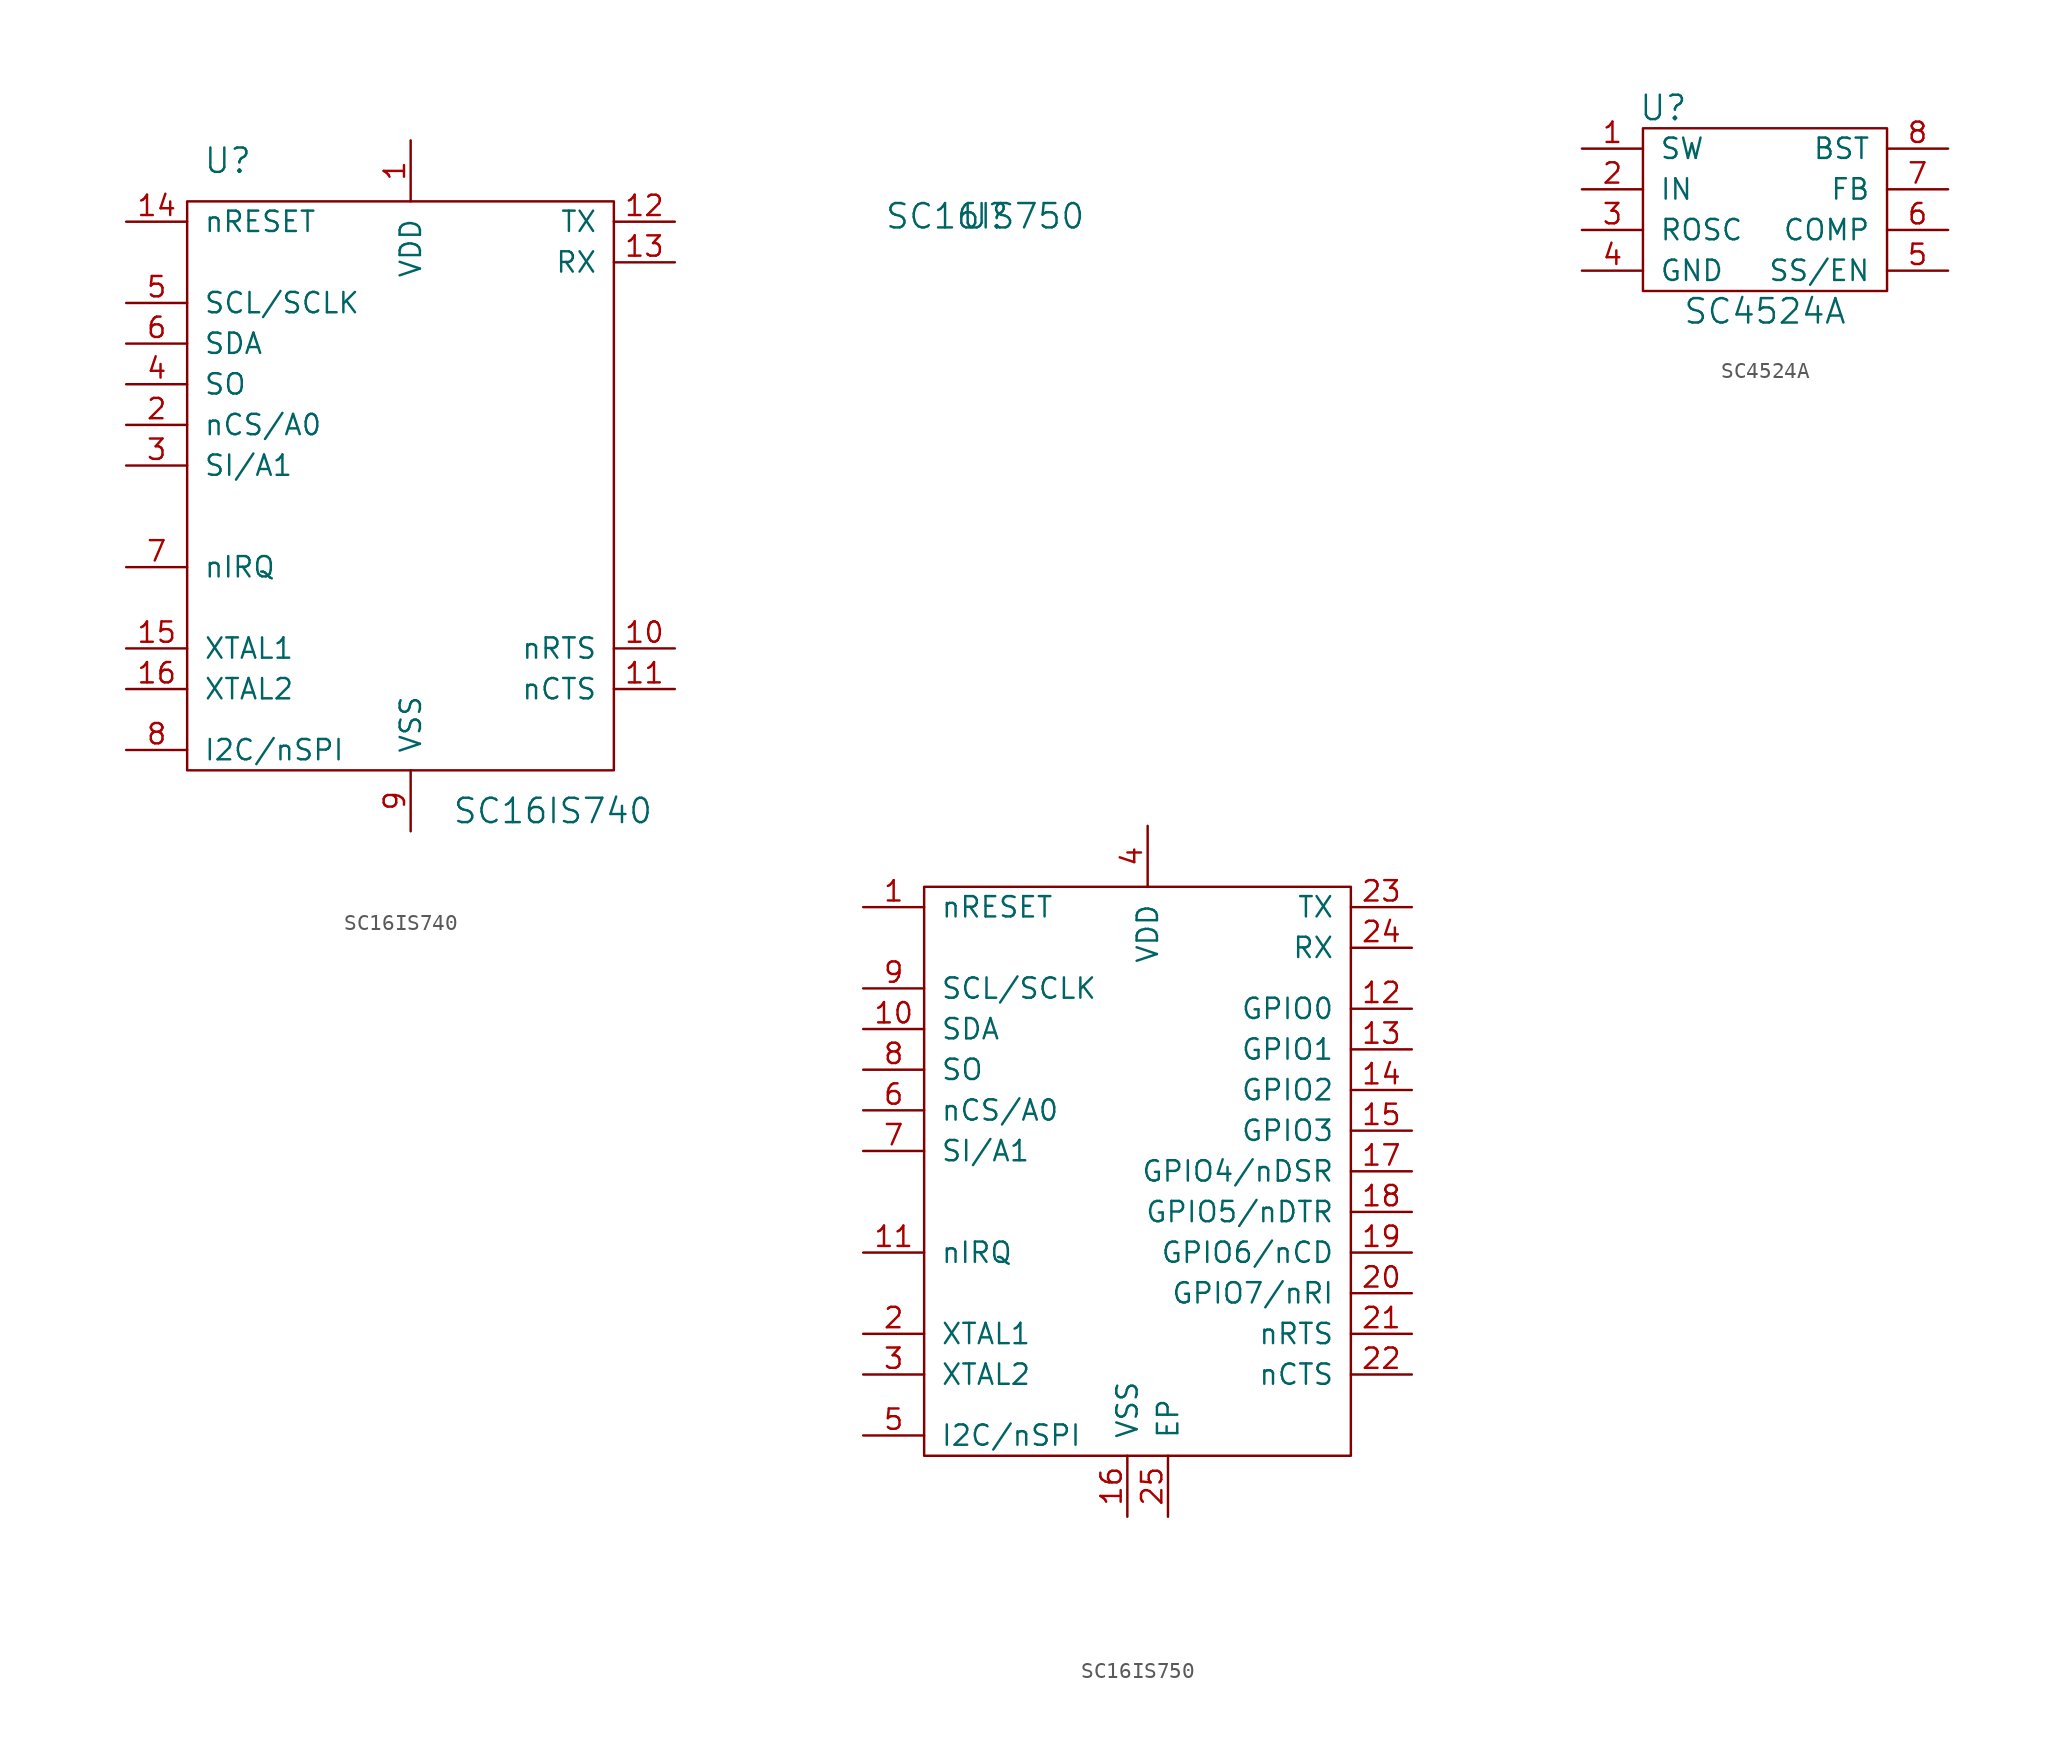
<source format=kicad_sym>
(kicad_symbol_lib
  (version 20210619)
  (generator kicad_symbol_editor)
  (symbol "tinkerforge:SC16IS740"
    (pin_names
      (offset 1.016))
    (property "Reference" "U"
      (at -11.43 21.59 0)
      (effects (font (size 1.524 1.524))))
    (property "Value" "SC16IS740"
      (at 8.89 -19.05 0)
      (effects (font (size 1.524 1.524))))
    (property "Footprint" ""
      (at 0 0 0)
      (effects (font (size 1.524 1.524))))
    (property "Datasheet" ""
      (at 0 0 0)
      (effects (font (size 1.524 1.524))))
    (symbol "SC16IS740_0_1"
      (rectangle (start -13.97 19.05) (end 12.7 -16.51) (stroke (width 0)) (fill (type none))))
    (symbol "SC16IS740_1_1"
      (pin passive line (at 0 22.86 270) (length 3.81) (name "VDD" (effects (font (size 1.27 1.27)))) (number "1" (effects (font (size 1.27 1.27)))))
      (pin passive line (at 16.51 -8.89 180) (length 3.81) (name "nRTS" (effects (font (size 1.27 1.27)))) (number "10" (effects (font (size 1.27 1.27)))))
      (pin passive line (at 16.51 -11.43 180) (length 3.81) (name "nCTS" (effects (font (size 1.27 1.27)))) (number "11" (effects (font (size 1.27 1.27)))))
      (pin passive line (at 16.51 17.78 180) (length 3.81) (name "TX" (effects (font (size 1.27 1.27)))) (number "12" (effects (font (size 1.27 1.27)))))
      (pin passive line (at 16.51 15.24 180) (length 3.81) (name "RX" (effects (font (size 1.27 1.27)))) (number "13" (effects (font (size 1.27 1.27)))))
      (pin passive line (at -17.78 17.78 0) (length 3.81) (name "nRESET" (effects (font (size 1.27 1.27)))) (number "14" (effects (font (size 1.27 1.27)))))
      (pin passive line (at -17.78 -8.89 0) (length 3.81) (name "XTAL1" (effects (font (size 1.27 1.27)))) (number "15" (effects (font (size 1.27 1.27)))))
      (pin passive line (at -17.78 -11.43 0) (length 3.81) (name "XTAL2" (effects (font (size 1.27 1.27)))) (number "16" (effects (font (size 1.27 1.27)))))
      (pin passive line (at -17.78 5.08 0) (length 3.81) (name "nCS/A0" (effects (font (size 1.27 1.27)))) (number "2" (effects (font (size 1.27 1.27)))))
      (pin passive line (at -17.78 2.54 0) (length 3.81) (name "SI/A1" (effects (font (size 1.27 1.27)))) (number "3" (effects (font (size 1.27 1.27)))))
      (pin passive line (at -17.78 7.62 0) (length 3.81) (name "SO" (effects (font (size 1.27 1.27)))) (number "4" (effects (font (size 1.27 1.27)))))
      (pin passive line (at -17.78 12.7 0) (length 3.81) (name "SCL/SCLK" (effects (font (size 1.27 1.27)))) (number "5" (effects (font (size 1.27 1.27)))))
      (pin passive line (at -17.78 10.16 0) (length 3.81) (name "SDA" (effects (font (size 1.27 1.27)))) (number "6" (effects (font (size 1.27 1.27)))))
      (pin passive line (at -17.78 -3.81 0) (length 3.81) (name "nIRQ" (effects (font (size 1.27 1.27)))) (number "7" (effects (font (size 1.27 1.27)))))
      (pin passive line (at -17.78 -15.24 0) (length 3.81) (name "I2C/nSPI" (effects (font (size 1.27 1.27)))) (number "8" (effects (font (size 1.27 1.27)))))
      (pin passive line (at 0 -20.32 90) (length 3.81) (name "VSS" (effects (font (size 1.27 1.27)))) (number "9" (effects (font (size 1.27 1.27)))))))
  (symbol "tinkerforge:SC16IS750"
    (pin_names
      (offset 1.016))
    (property "Reference" "U"
      (at -10.16 60.96 0)
      (effects (font (size 1.524 1.524))))
    (property "Value" "SC16IS750"
      (at -10.16 60.96 0)
      (effects (font (size 1.524 1.524))))
    (property "Footprint" ""
      (at 0 0 0)
      (effects (font (size 1.524 1.524))))
    (property "Datasheet" ""
      (at 0 0 0)
      (effects (font (size 1.524 1.524))))
    (symbol "SC16IS750_0_1"
      (rectangle (start -13.97 19.05) (end 12.7 -16.51) (stroke (width 0)) (fill (type none))))
    (symbol "SC16IS750_1_1"
      (pin passive line (at -17.78 17.78 0) (length 3.81) (name "nRESET" (effects (font (size 1.27 1.27)))) (number "1" (effects (font (size 1.27 1.27)))))
      (pin passive line (at -17.78 10.16 0) (length 3.81) (name "SDA" (effects (font (size 1.27 1.27)))) (number "10" (effects (font (size 1.27 1.27)))))
      (pin passive line (at -17.78 -3.81 0) (length 3.81) (name "nIRQ" (effects (font (size 1.27 1.27)))) (number "11" (effects (font (size 1.27 1.27)))))
      (pin passive line (at 16.51 11.43 180) (length 3.81) (name "GPIO0" (effects (font (size 1.27 1.27)))) (number "12" (effects (font (size 1.27 1.27)))))
      (pin passive line (at 16.51 8.89 180) (length 3.81) (name "GPIO1" (effects (font (size 1.27 1.27)))) (number "13" (effects (font (size 1.27 1.27)))))
      (pin passive line (at 16.51 6.35 180) (length 3.81) (name "GPIO2" (effects (font (size 1.27 1.27)))) (number "14" (effects (font (size 1.27 1.27)))))
      (pin passive line (at 16.51 3.81 180) (length 3.81) (name "GPIO3" (effects (font (size 1.27 1.27)))) (number "15" (effects (font (size 1.27 1.27)))))
      (pin passive line (at -1.27 -20.32 90) (length 3.81) (name "VSS" (effects (font (size 1.27 1.27)))) (number "16" (effects (font (size 1.27 1.27)))))
      (pin passive line (at 16.51 1.27 180) (length 3.81) (name "GPIO4/nDSR" (effects (font (size 1.27 1.27)))) (number "17" (effects (font (size 1.27 1.27)))))
      (pin passive line (at 16.51 -1.27 180) (length 3.81) (name "GPIO5/nDTR" (effects (font (size 1.27 1.27)))) (number "18" (effects (font (size 1.27 1.27)))))
      (pin passive line (at 16.51 -3.81 180) (length 3.81) (name "GPIO6/nCD" (effects (font (size 1.27 1.27)))) (number "19" (effects (font (size 1.27 1.27)))))
      (pin passive line (at -17.78 -8.89 0) (length 3.81) (name "XTAL1" (effects (font (size 1.27 1.27)))) (number "2" (effects (font (size 1.27 1.27)))))
      (pin passive line (at 16.51 -6.35 180) (length 3.81) (name "GPIO7/nRI" (effects (font (size 1.27 1.27)))) (number "20" (effects (font (size 1.27 1.27)))))
      (pin passive line (at 16.51 -8.89 180) (length 3.81) (name "nRTS" (effects (font (size 1.27 1.27)))) (number "21" (effects (font (size 1.27 1.27)))))
      (pin passive line (at 16.51 -11.43 180) (length 3.81) (name "nCTS" (effects (font (size 1.27 1.27)))) (number "22" (effects (font (size 1.27 1.27)))))
      (pin passive line (at 16.51 17.78 180) (length 3.81) (name "TX" (effects (font (size 1.27 1.27)))) (number "23" (effects (font (size 1.27 1.27)))))
      (pin passive line (at 16.51 15.24 180) (length 3.81) (name "RX" (effects (font (size 1.27 1.27)))) (number "24" (effects (font (size 1.27 1.27)))))
      (pin passive line (at 1.27 -20.32 90) (length 3.81) (name "EP" (effects (font (size 1.27 1.27)))) (number "25" (effects (font (size 1.27 1.27)))))
      (pin passive line (at -17.78 -11.43 0) (length 3.81) (name "XTAL2" (effects (font (size 1.27 1.27)))) (number "3" (effects (font (size 1.27 1.27)))))
      (pin passive line (at 0 22.86 270) (length 3.81) (name "VDD" (effects (font (size 1.27 1.27)))) (number "4" (effects (font (size 1.27 1.27)))))
      (pin passive line (at -17.78 -15.24 0) (length 3.81) (name "I2C/nSPI" (effects (font (size 1.27 1.27)))) (number "5" (effects (font (size 1.27 1.27)))))
      (pin passive line (at -17.78 5.08 0) (length 3.81) (name "nCS/A0" (effects (font (size 1.27 1.27)))) (number "6" (effects (font (size 1.27 1.27)))))
      (pin passive line (at -17.78 2.54 0) (length 3.81) (name "SI/A1" (effects (font (size 1.27 1.27)))) (number "7" (effects (font (size 1.27 1.27)))))
      (pin passive line (at -17.78 7.62 0) (length 3.81) (name "SO" (effects (font (size 1.27 1.27)))) (number "8" (effects (font (size 1.27 1.27)))))
      (pin passive line (at -17.78 12.7 0) (length 3.81) (name "SCL/SCLK" (effects (font (size 1.27 1.27)))) (number "9" (effects (font (size 1.27 1.27)))))))
  (symbol "tinkerforge:SC4524A"
    (pin_names
      (offset 1.016))
    (property "Reference" "U"
      (at -6.35 6.35 0)
      (effects (font (size 1.524 1.524))))
    (property "Value" "SC4524A"
      (at 0 -6.35 0)
      (effects (font (size 1.524 1.524))))
    (property "Footprint" ""
      (at 0 0 0)
      (effects (font (size 1.524 1.524))))
    (property "Datasheet" ""
      (at 0 0 0)
      (effects (font (size 1.524 1.524))))
    (symbol "SC4524A_0_1"
      (rectangle (start -7.62 5.08) (end 7.62 -5.08) (stroke (width 0)) (fill (type none))))
    (symbol "SC4524A_1_1"
      (pin passive line (at -11.43 3.81 0) (length 3.81) (name "SW" (effects (font (size 1.27 1.27)))) (number "1" (effects (font (size 1.27 1.27)))))
      (pin passive line (at -11.43 1.27 0) (length 3.81) (name "IN" (effects (font (size 1.27 1.27)))) (number "2" (effects (font (size 1.27 1.27)))))
      (pin passive line (at -11.43 -1.27 0) (length 3.81) (name "ROSC" (effects (font (size 1.27 1.27)))) (number "3" (effects (font (size 1.27 1.27)))))
      (pin passive line (at -11.43 -3.81 0) (length 3.81) (name "GND" (effects (font (size 1.27 1.27)))) (number "4" (effects (font (size 1.27 1.27)))))
      (pin passive line (at 11.43 -3.81 180) (length 3.81) (name "SS/EN" (effects (font (size 1.27 1.27)))) (number "5" (effects (font (size 1.27 1.27)))))
      (pin passive line (at 11.43 -1.27 180) (length 3.81) (name "COMP" (effects (font (size 1.27 1.27)))) (number "6" (effects (font (size 1.27 1.27)))))
      (pin passive line (at 11.43 1.27 180) (length 3.81) (name "FB" (effects (font (size 1.27 1.27)))) (number "7" (effects (font (size 1.27 1.27)))))
      (pin passive line (at 11.43 3.81 180) (length 3.81) (name "BST" (effects (font (size 1.27 1.27)))) (number "8" (effects (font (size 1.27 1.27))))))))
</source>
